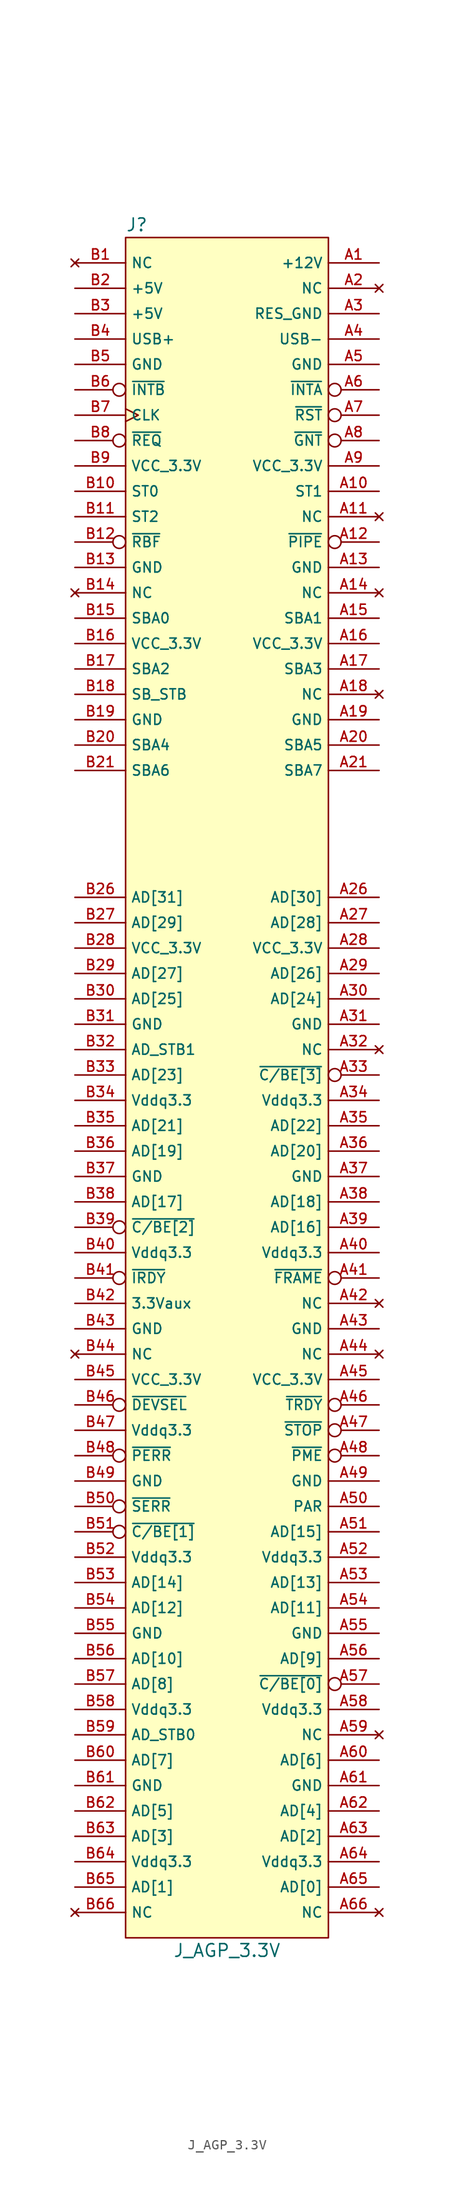
<source format=kicad_sym>
(kicad_symbol_lib
  (version 20220914)
  (generator kicad_symbol_editor)
  (symbol "J_AGP_3.3V"
    (property "Reference" "J"
      (at -10.16 86.36 0)
      (effects (font (size 1.27 1.27)) (justify left)))
    (property "Value" "J_AGP_3.3V"
      (at 0 -86.36 0)
      (effects (font (size 1.27 1.27))))
    (symbol "J_AGP_3.3V_1_1"
      (rectangle (start -10.16 85.09) (end 10.16 -85.09) (stroke (width 0) (type default)) (fill (type background)))
      (pin power_in line (at 15.24 82.55 180) (length 5.08) (name "+12V" (effects (font (size 1.016 1.016)))) (number "A1" (effects (font (size 1.016 1.016)))))
      (pin output line (at 15.24 59.69 180) (length 5.08) (name "ST1" (effects (font (size 1.016 1.016)))) (number "A10" (effects (font (size 1.016 1.016)))))
      (pin no_connect line (at 15.24 57.15 180) (length 5.08) (name "NC" (effects (font (size 1.016 1.016)))) (number "A11" (effects (font (size 1.016 1.016)))))
      (pin input inverted (at 15.24 54.61 180) (length 5.08) (name "~{PIPE}" (effects (font (size 1.016 1.016)))) (number "A12" (effects (font (size 1.016 1.016)))))
      (pin power_in line (at 15.24 52.07 180) (length 5.08) (name "GND" (effects (font (size 1.016 1.016)))) (number "A13" (effects (font (size 1.016 1.016)))))
      (pin no_connect line (at 15.24 49.53 180) (length 5.08) (name "NC" (effects (font (size 1.016 1.016)))) (number "A14" (effects (font (size 1.016 1.016)))))
      (pin input line (at 15.24 46.99 180) (length 5.08) (name "SBA1" (effects (font (size 1.016 1.016)))) (number "A15" (effects (font (size 1.016 1.016)))))
      (pin power_in line (at 15.24 44.45 180) (length 5.08) (name "VCC_3.3V" (effects (font (size 1.016 1.016)))) (number "A16" (effects (font (size 1.016 1.016)))))
      (pin input line (at 15.24 41.91 180) (length 5.08) (name "SBA3" (effects (font (size 1.016 1.016)))) (number "A17" (effects (font (size 1.016 1.016)))))
      (pin no_connect line (at 15.24 39.37 180) (length 5.08) (name "NC" (effects (font (size 1.016 1.016)))) (number "A18" (effects (font (size 1.016 1.016)))))
      (pin power_in line (at 15.24 36.83 180) (length 5.08) (name "GND" (effects (font (size 1.016 1.016)))) (number "A19" (effects (font (size 1.016 1.016)))))
      (pin no_connect line (at 15.24 80.01 180) (length 5.08) (name "NC" (effects (font (size 1.016 1.016)))) (number "A2" (effects (font (size 1.016 1.016)))))
      (pin input line (at 15.24 34.29 180) (length 5.08) (name "SBA5" (effects (font (size 1.016 1.016)))) (number "A20" (effects (font (size 1.016 1.016)))))
      (pin input line (at 15.24 31.75 180) (length 5.08) (name "SBA7" (effects (font (size 1.016 1.016)))) (number "A21" (effects (font (size 1.016 1.016)))))
      (pin bidirectional line (at 15.24 19.05 180) (length 5.08) (name "AD[30]" (effects (font (size 1.016 1.016)))) (number "A26" (effects (font (size 1.016 1.016)))))
      (pin bidirectional line (at 15.24 16.51 180) (length 5.08) (name "AD[28]" (effects (font (size 1.016 1.016)))) (number "A27" (effects (font (size 1.016 1.016)))))
      (pin power_in line (at 15.24 13.97 180) (length 5.08) (name "VCC_3.3V" (effects (font (size 1.016 1.016)))) (number "A28" (effects (font (size 1.016 1.016)))))
      (pin bidirectional line (at 15.24 11.43 180) (length 5.08) (name "AD[26]" (effects (font (size 1.016 1.016)))) (number "A29" (effects (font (size 1.016 1.016)))))
      (pin power_in line (at 15.24 77.47 180) (length 5.08) (name "RES_GND" (effects (font (size 1.016 1.016)))) (number "A3" (effects (font (size 1.016 1.016)))))
      (pin bidirectional line (at 15.24 8.89 180) (length 5.08) (name "AD[24]" (effects (font (size 1.016 1.016)))) (number "A30" (effects (font (size 1.016 1.016)))))
      (pin power_in line (at 15.24 6.35 180) (length 5.08) (name "GND" (effects (font (size 1.016 1.016)))) (number "A31" (effects (font (size 1.016 1.016)))))
      (pin no_connect line (at 15.24 3.81 180) (length 5.08) (name "NC" (effects (font (size 1.016 1.016)))) (number "A32" (effects (font (size 1.016 1.016)))))
      (pin bidirectional inverted (at 15.24 1.27 180) (length 5.08) (name "~{C/BE[3]}" (effects (font (size 1.016 1.016)))) (number "A33" (effects (font (size 1.016 1.016)))))
      (pin power_in line (at 15.24 -1.27 180) (length 5.08) (name "Vddq3.3" (effects (font (size 1.016 1.016)))) (number "A34" (effects (font (size 1.016 1.016)))))
      (pin bidirectional line (at 15.24 -3.81 180) (length 5.08) (name "AD[22]" (effects (font (size 1.016 1.016)))) (number "A35" (effects (font (size 1.016 1.016)))))
      (pin bidirectional line (at 15.24 -6.35 180) (length 5.08) (name "AD[20]" (effects (font (size 1.016 1.016)))) (number "A36" (effects (font (size 1.016 1.016)))))
      (pin power_in line (at 15.24 -8.89 180) (length 5.08) (name "GND" (effects (font (size 1.016 1.016)))) (number "A37" (effects (font (size 1.016 1.016)))))
      (pin bidirectional line (at 15.24 -11.43 180) (length 5.08) (name "AD[18]" (effects (font (size 1.016 1.016)))) (number "A38" (effects (font (size 1.016 1.016)))))
      (pin bidirectional line (at 15.24 -13.97 180) (length 5.08) (name "AD[16]" (effects (font (size 1.016 1.016)))) (number "A39" (effects (font (size 1.016 1.016)))))
      (pin bidirectional line (at 15.24 74.93 180) (length 5.08) (name "USB-" (effects (font (size 1.016 1.016)))) (number "A4" (effects (font (size 1.016 1.016)))))
      (pin power_in line (at 15.24 -16.51 180) (length 5.08) (name "Vddq3.3" (effects (font (size 1.016 1.016)))) (number "A40" (effects (font (size 1.016 1.016)))))
      (pin bidirectional inverted (at 15.24 -19.05 180) (length 5.08) (name "~{FRAME}" (effects (font (size 1.016 1.016)))) (number "A41" (effects (font (size 1.016 1.016)))))
      (pin no_connect line (at 15.24 -21.59 180) (length 5.08) (name "NC" (effects (font (size 1.016 1.016)))) (number "A42" (effects (font (size 1.016 1.016)))))
      (pin power_in line (at 15.24 -24.13 180) (length 5.08) (name "GND" (effects (font (size 1.016 1.016)))) (number "A43" (effects (font (size 1.016 1.016)))))
      (pin no_connect line (at 15.24 -26.67 180) (length 5.08) (name "NC" (effects (font (size 1.016 1.016)))) (number "A44" (effects (font (size 1.016 1.016)))))
      (pin power_in line (at 15.24 -29.21 180) (length 5.08) (name "VCC_3.3V" (effects (font (size 1.016 1.016)))) (number "A45" (effects (font (size 1.016 1.016)))))
      (pin bidirectional inverted (at 15.24 -31.75 180) (length 5.08) (name "~{TRDY}" (effects (font (size 1.016 1.016)))) (number "A46" (effects (font (size 1.016 1.016)))))
      (pin bidirectional inverted (at 15.24 -34.29 180) (length 5.08) (name "~{STOP}" (effects (font (size 1.016 1.016)))) (number "A47" (effects (font (size 1.016 1.016)))))
      (pin input inverted (at 15.24 -36.83 180) (length 5.08) (name "~{PME}" (effects (font (size 1.016 1.016)))) (number "A48" (effects (font (size 1.016 1.016)))))
      (pin power_in line (at 15.24 -39.37 180) (length 5.08) (name "GND" (effects (font (size 1.016 1.016)))) (number "A49" (effects (font (size 1.016 1.016)))))
      (pin power_in line (at 15.24 72.39 180) (length 5.08) (name "GND" (effects (font (size 1.016 1.016)))) (number "A5" (effects (font (size 1.016 1.016)))))
      (pin bidirectional line (at 15.24 -41.91 180) (length 5.08) (name "PAR" (effects (font (size 1.016 1.016)))) (number "A50" (effects (font (size 1.016 1.016)))))
      (pin bidirectional line (at 15.24 -44.45 180) (length 5.08) (name "AD[15]" (effects (font (size 1.016 1.016)))) (number "A51" (effects (font (size 1.016 1.016)))))
      (pin power_in line (at 15.24 -46.99 180) (length 5.08) (name "Vddq3.3" (effects (font (size 1.016 1.016)))) (number "A52" (effects (font (size 1.016 1.016)))))
      (pin bidirectional line (at 15.24 -49.53 180) (length 5.08) (name "AD[13]" (effects (font (size 1.016 1.016)))) (number "A53" (effects (font (size 1.016 1.016)))))
      (pin bidirectional line (at 15.24 -52.07 180) (length 5.08) (name "AD[11]" (effects (font (size 1.016 1.016)))) (number "A54" (effects (font (size 1.016 1.016)))))
      (pin power_in line (at 15.24 -54.61 180) (length 5.08) (name "GND" (effects (font (size 1.016 1.016)))) (number "A55" (effects (font (size 1.016 1.016)))))
      (pin bidirectional line (at 15.24 -57.15 180) (length 5.08) (name "AD[9]" (effects (font (size 1.016 1.016)))) (number "A56" (effects (font (size 1.016 1.016)))))
      (pin bidirectional inverted (at 15.24 -59.69 180) (length 5.08) (name "~{C/BE[0]}" (effects (font (size 1.016 1.016)))) (number "A57" (effects (font (size 1.016 1.016)))))
      (pin power_in line (at 15.24 -62.23 180) (length 5.08) (name "Vddq3.3" (effects (font (size 1.016 1.016)))) (number "A58" (effects (font (size 1.016 1.016)))))
      (pin no_connect line (at 15.24 -64.77 180) (length 5.08) (name "NC" (effects (font (size 1.016 1.016)))) (number "A59" (effects (font (size 1.016 1.016)))))
      (pin input inverted (at 15.24 69.85 180) (length 5.08) (name "~{INTA}" (effects (font (size 1.016 1.016)))) (number "A6" (effects (font (size 1.016 1.016)))))
      (pin bidirectional line (at 15.24 -67.31 180) (length 5.08) (name "AD[6]" (effects (font (size 1.016 1.016)))) (number "A60" (effects (font (size 1.016 1.016)))))
      (pin power_in line (at 15.24 -69.85 180) (length 5.08) (name "GND" (effects (font (size 1.016 1.016)))) (number "A61" (effects (font (size 1.016 1.016)))))
      (pin bidirectional line (at 15.24 -72.39 180) (length 5.08) (name "AD[4]" (effects (font (size 1.016 1.016)))) (number "A62" (effects (font (size 1.016 1.016)))))
      (pin bidirectional line (at 15.24 -74.93 180) (length 5.08) (name "AD[2]" (effects (font (size 1.016 1.016)))) (number "A63" (effects (font (size 1.016 1.016)))))
      (pin power_in line (at 15.24 -77.47 180) (length 5.08) (name "Vddq3.3" (effects (font (size 1.016 1.016)))) (number "A64" (effects (font (size 1.016 1.016)))))
      (pin bidirectional line (at 15.24 -80.01 180) (length 5.08) (name "AD[0]" (effects (font (size 1.016 1.016)))) (number "A65" (effects (font (size 1.016 1.016)))))
      (pin no_connect line (at 15.24 -82.55 180) (length 5.08) (name "NC" (effects (font (size 1.016 1.016)))) (number "A66" (effects (font (size 1.016 1.016)))))
      (pin input inverted (at 15.24 67.31 180) (length 5.08) (name "~{RST}" (effects (font (size 1.016 1.016)))) (number "A7" (effects (font (size 1.016 1.016)))))
      (pin input inverted (at 15.24 64.77 180) (length 5.08) (name "~{GNT}" (effects (font (size 1.016 1.016)))) (number "A8" (effects (font (size 1.016 1.016)))))
      (pin power_in line (at 15.24 62.23 180) (length 5.08) (name "VCC_3.3V" (effects (font (size 1.016 1.016)))) (number "A9" (effects (font (size 1.016 1.016)))))
      (pin no_connect line (at -15.24 82.55 0) (length 5.08) (name "NC" (effects (font (size 1.016 1.016)))) (number "B1" (effects (font (size 1.016 1.016)))))
      (pin output line (at -15.24 59.69 0) (length 5.08) (name "ST0" (effects (font (size 1.016 1.016)))) (number "B10" (effects (font (size 1.016 1.016)))))
      (pin output line (at -15.24 57.15 0) (length 5.08) (name "ST2" (effects (font (size 1.016 1.016)))) (number "B11" (effects (font (size 1.016 1.016)))))
      (pin input inverted (at -15.24 54.61 0) (length 5.08) (name "~{RBF}" (effects (font (size 1.016 1.016)))) (number "B12" (effects (font (size 1.016 1.016)))))
      (pin power_in line (at -15.24 52.07 0) (length 5.08) (name "GND" (effects (font (size 1.016 1.016)))) (number "B13" (effects (font (size 1.016 1.016)))))
      (pin no_connect line (at -15.24 49.53 0) (length 5.08) (name "NC" (effects (font (size 1.016 1.016)))) (number "B14" (effects (font (size 1.016 1.016)))))
      (pin input line (at -15.24 46.99 0) (length 5.08) (name "SBA0" (effects (font (size 1.016 1.016)))) (number "B15" (effects (font (size 1.016 1.016)))))
      (pin power_in line (at -15.24 44.45 0) (length 5.08) (name "VCC_3.3V" (effects (font (size 1.016 1.016)))) (number "B16" (effects (font (size 1.016 1.016)))))
      (pin input line (at -15.24 41.91 0) (length 5.08) (name "SBA2" (effects (font (size 1.016 1.016)))) (number "B17" (effects (font (size 1.016 1.016)))))
      (pin input line (at -15.24 39.37 0) (length 5.08) (name "SB_STB" (effects (font (size 1.016 1.016)))) (number "B18" (effects (font (size 1.016 1.016)))))
      (pin power_in line (at -15.24 36.83 0) (length 5.08) (name "GND" (effects (font (size 1.016 1.016)))) (number "B19" (effects (font (size 1.016 1.016)))))
      (pin power_in line (at -15.24 80.01 0) (length 5.08) (name "+5V" (effects (font (size 1.016 1.016)))) (number "B2" (effects (font (size 1.016 1.016)))))
      (pin input line (at -15.24 34.29 0) (length 5.08) (name "SBA4" (effects (font (size 1.016 1.016)))) (number "B20" (effects (font (size 1.016 1.016)))))
      (pin input line (at -15.24 31.75 0) (length 5.08) (name "SBA6" (effects (font (size 1.016 1.016)))) (number "B21" (effects (font (size 1.016 1.016)))))
      (pin bidirectional line (at -15.24 19.05 0) (length 5.08) (name "AD[31]" (effects (font (size 1.016 1.016)))) (number "B26" (effects (font (size 1.016 1.016)))))
      (pin bidirectional line (at -15.24 16.51 0) (length 5.08) (name "AD[29]" (effects (font (size 1.016 1.016)))) (number "B27" (effects (font (size 1.016 1.016)))))
      (pin power_in line (at -15.24 13.97 0) (length 5.08) (name "VCC_3.3V" (effects (font (size 1.016 1.016)))) (number "B28" (effects (font (size 1.016 1.016)))))
      (pin bidirectional line (at -15.24 11.43 0) (length 5.08) (name "AD[27]" (effects (font (size 1.016 1.016)))) (number "B29" (effects (font (size 1.016 1.016)))))
      (pin power_in line (at -15.24 77.47 0) (length 5.08) (name "+5V" (effects (font (size 1.016 1.016)))) (number "B3" (effects (font (size 1.016 1.016)))))
      (pin bidirectional line (at -15.24 8.89 0) (length 5.08) (name "AD[25]" (effects (font (size 1.016 1.016)))) (number "B30" (effects (font (size 1.016 1.016)))))
      (pin power_in line (at -15.24 6.35 0) (length 5.08) (name "GND" (effects (font (size 1.016 1.016)))) (number "B31" (effects (font (size 1.016 1.016)))))
      (pin bidirectional line (at -15.24 3.81 0) (length 5.08) (name "AD_STB1" (effects (font (size 1.016 1.016)))) (number "B32" (effects (font (size 1.016 1.016)))))
      (pin bidirectional line (at -15.24 1.27 0) (length 5.08) (name "AD[23]" (effects (font (size 1.016 1.016)))) (number "B33" (effects (font (size 1.016 1.016)))))
      (pin power_in line (at -15.24 -1.27 0) (length 5.08) (name "Vddq3.3" (effects (font (size 1.016 1.016)))) (number "B34" (effects (font (size 1.016 1.016)))))
      (pin bidirectional line (at -15.24 -3.81 0) (length 5.08) (name "AD[21]" (effects (font (size 1.016 1.016)))) (number "B35" (effects (font (size 1.016 1.016)))))
      (pin bidirectional line (at -15.24 -6.35 0) (length 5.08) (name "AD[19]" (effects (font (size 1.016 1.016)))) (number "B36" (effects (font (size 1.016 1.016)))))
      (pin power_in line (at -15.24 -8.89 0) (length 5.08) (name "GND" (effects (font (size 1.016 1.016)))) (number "B37" (effects (font (size 1.016 1.016)))))
      (pin bidirectional line (at -15.24 -11.43 0) (length 5.08) (name "AD[17]" (effects (font (size 1.016 1.016)))) (number "B38" (effects (font (size 1.016 1.016)))))
      (pin bidirectional inverted (at -15.24 -13.97 0) (length 5.08) (name "~{C/BE[2]}" (effects (font (size 1.016 1.016)))) (number "B39" (effects (font (size 1.016 1.016)))))
      (pin bidirectional line (at -15.24 74.93 0) (length 5.08) (name "USB+" (effects (font (size 1.016 1.016)))) (number "B4" (effects (font (size 1.016 1.016)))))
      (pin power_in line (at -15.24 -16.51 0) (length 5.08) (name "Vddq3.3" (effects (font (size 1.016 1.016)))) (number "B40" (effects (font (size 1.016 1.016)))))
      (pin bidirectional inverted (at -15.24 -19.05 0) (length 5.08) (name "~{IRDY}" (effects (font (size 1.016 1.016)))) (number "B41" (effects (font (size 1.016 1.016)))))
      (pin power_in line (at -15.24 -21.59 0) (length 5.08) (name "3.3Vaux" (effects (font (size 1.016 1.016)))) (number "B42" (effects (font (size 1.016 1.016)))))
      (pin power_in line (at -15.24 -24.13 0) (length 5.08) (name "GND" (effects (font (size 1.016 1.016)))) (number "B43" (effects (font (size 1.016 1.016)))))
      (pin no_connect line (at -15.24 -26.67 0) (length 5.08) (name "NC" (effects (font (size 1.016 1.016)))) (number "B44" (effects (font (size 1.016 1.016)))))
      (pin power_in line (at -15.24 -29.21 0) (length 5.08) (name "VCC_3.3V" (effects (font (size 1.016 1.016)))) (number "B45" (effects (font (size 1.016 1.016)))))
      (pin bidirectional inverted (at -15.24 -31.75 0) (length 5.08) (name "~{DEVSEL}" (effects (font (size 1.016 1.016)))) (number "B46" (effects (font (size 1.016 1.016)))))
      (pin power_in line (at -15.24 -34.29 0) (length 5.08) (name "Vddq3.3" (effects (font (size 1.016 1.016)))) (number "B47" (effects (font (size 1.016 1.016)))))
      (pin bidirectional inverted (at -15.24 -36.83 0) (length 5.08) (name "~{PERR}" (effects (font (size 1.016 1.016)))) (number "B48" (effects (font (size 1.016 1.016)))))
      (pin power_in line (at -15.24 -39.37 0) (length 5.08) (name "GND" (effects (font (size 1.016 1.016)))) (number "B49" (effects (font (size 1.016 1.016)))))
      (pin power_in line (at -15.24 72.39 0) (length 5.08) (name "GND" (effects (font (size 1.016 1.016)))) (number "B5" (effects (font (size 1.016 1.016)))))
      (pin bidirectional inverted (at -15.24 -41.91 0) (length 5.08) (name "~{SERR}" (effects (font (size 1.016 1.016)))) (number "B50" (effects (font (size 1.016 1.016)))))
      (pin bidirectional inverted (at -15.24 -44.45 0) (length 5.08) (name "~{C/BE[1]}" (effects (font (size 1.016 1.016)))) (number "B51" (effects (font (size 1.016 1.016)))))
      (pin power_in line (at -15.24 -46.99 0) (length 5.08) (name "Vddq3.3" (effects (font (size 1.016 1.016)))) (number "B52" (effects (font (size 1.016 1.016)))))
      (pin bidirectional line (at -15.24 -49.53 0) (length 5.08) (name "AD[14]" (effects (font (size 1.016 1.016)))) (number "B53" (effects (font (size 1.016 1.016)))))
      (pin bidirectional line (at -15.24 -52.07 0) (length 5.08) (name "AD[12]" (effects (font (size 1.016 1.016)))) (number "B54" (effects (font (size 1.016 1.016)))))
      (pin power_in line (at -15.24 -54.61 0) (length 5.08) (name "GND" (effects (font (size 1.016 1.016)))) (number "B55" (effects (font (size 1.016 1.016)))))
      (pin bidirectional line (at -15.24 -57.15 0) (length 5.08) (name "AD[10]" (effects (font (size 1.016 1.016)))) (number "B56" (effects (font (size 1.016 1.016)))))
      (pin bidirectional line (at -15.24 -59.69 0) (length 5.08) (name "AD[8]" (effects (font (size 1.016 1.016)))) (number "B57" (effects (font (size 1.016 1.016)))))
      (pin power_in line (at -15.24 -62.23 0) (length 5.08) (name "Vddq3.3" (effects (font (size 1.016 1.016)))) (number "B58" (effects (font (size 1.016 1.016)))))
      (pin bidirectional line (at -15.24 -64.77 0) (length 5.08) (name "AD_STB0" (effects (font (size 1.016 1.016)))) (number "B59" (effects (font (size 1.016 1.016)))))
      (pin input inverted (at -15.24 69.85 0) (length 5.08) (name "~{INTB}" (effects (font (size 1.016 1.016)))) (number "B6" (effects (font (size 1.016 1.016)))))
      (pin bidirectional line (at -15.24 -67.31 0) (length 5.08) (name "AD[7]" (effects (font (size 1.016 1.016)))) (number "B60" (effects (font (size 1.016 1.016)))))
      (pin power_in line (at -15.24 -69.85 0) (length 5.08) (name "GND" (effects (font (size 1.016 1.016)))) (number "B61" (effects (font (size 1.016 1.016)))))
      (pin bidirectional line (at -15.24 -72.39 0) (length 5.08) (name "AD[5]" (effects (font (size 1.016 1.016)))) (number "B62" (effects (font (size 1.016 1.016)))))
      (pin bidirectional line (at -15.24 -74.93 0) (length 5.08) (name "AD[3]" (effects (font (size 1.016 1.016)))) (number "B63" (effects (font (size 1.016 1.016)))))
      (pin power_in line (at -15.24 -77.47 0) (length 5.08) (name "Vddq3.3" (effects (font (size 1.016 1.016)))) (number "B64" (effects (font (size 1.016 1.016)))))
      (pin bidirectional line (at -15.24 -80.01 0) (length 5.08) (name "AD[1]" (effects (font (size 1.016 1.016)))) (number "B65" (effects (font (size 1.016 1.016)))))
      (pin no_connect line (at -15.24 -82.55 0) (length 5.08) (name "NC" (effects (font (size 1.016 1.016)))) (number "B66" (effects (font (size 1.016 1.016)))))
      (pin input clock (at -15.24 67.31 0) (length 5.08) (name "CLK" (effects (font (size 1.016 1.016)))) (number "B7" (effects (font (size 1.016 1.016)))))
      (pin output inverted (at -15.24 64.77 0) (length 5.08) (name "~{REQ}" (effects (font (size 1.016 1.016)))) (number "B8" (effects (font (size 1.016 1.016)))))
      (pin power_in line (at -15.24 62.23 0) (length 5.08) (name "VCC_3.3V" (effects (font (size 1.016 1.016)))) (number "B9" (effects (font (size 1.016 1.016))))))))
</source>
